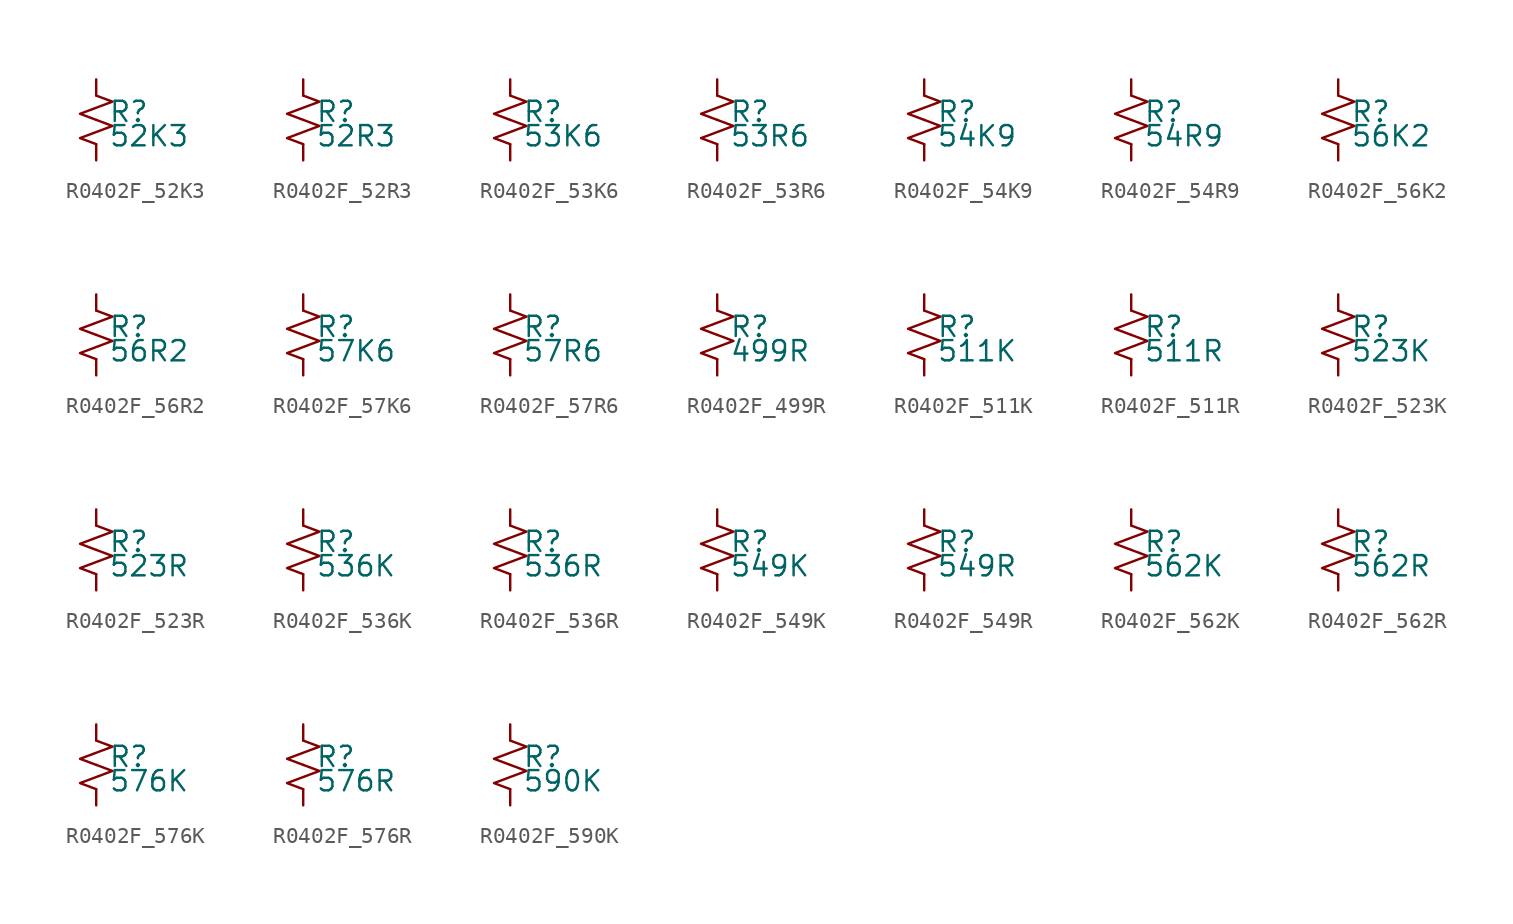
<source format=kicad_sym>
(kicad_symbol_lib
  (version 20220914)
  (generator kicad_symbol_editor)
  (symbol "R0402F_52K3"
    (pin_numbers hide)
    (pin_names
      (offset 0.254) hide)
    (property "Reference" "R"
      (at 0.762 0.508 0)
      (effects (font (size 1.27 1.27)) (justify left)))
    (property "Value" "52K3"
      (at 0.762 -1.016 0)
      (effects (font (size 1.27 1.27)) (justify left)))
    (symbol "R0402F_52K3_1_1"
      (polyline (pts (xy 0 0) (xy 1.016 -0.381) (xy 0 -0.762) (xy -1.016 -1.143) (xy 0 -1.524)) (stroke (width 0) (type default)) (fill (type none)))
      (polyline (pts (xy 0 1.524) (xy 1.016 1.143) (xy 0 0.762) (xy -1.016 0.381) (xy 0 0)) (stroke (width 0) (type default)) (fill (type none)))
      (pin passive line (at 0 2.54 270) (length 1.016) (name "~" (effects (font (size 1.27 1.27)))) (number "1" (effects (font (size 1.27 1.27)))))
      (pin passive line (at 0 -2.54 90) (length 1.016) (name "~" (effects (font (size 1.27 1.27)))) (number "2" (effects (font (size 1.27 1.27)))))))
  (symbol "R0402F_52R3"
    (pin_numbers hide)
    (pin_names
      (offset 0.254) hide)
    (property "Reference" "R"
      (at 0.762 0.508 0)
      (effects (font (size 1.27 1.27)) (justify left)))
    (property "Value" "52R3"
      (at 0.762 -1.016 0)
      (effects (font (size 1.27 1.27)) (justify left)))
    (symbol "R0402F_52R3_1_1"
      (polyline (pts (xy 0 0) (xy 1.016 -0.381) (xy 0 -0.762) (xy -1.016 -1.143) (xy 0 -1.524)) (stroke (width 0) (type default)) (fill (type none)))
      (polyline (pts (xy 0 1.524) (xy 1.016 1.143) (xy 0 0.762) (xy -1.016 0.381) (xy 0 0)) (stroke (width 0) (type default)) (fill (type none)))
      (pin passive line (at 0 2.54 270) (length 1.016) (name "~" (effects (font (size 1.27 1.27)))) (number "1" (effects (font (size 1.27 1.27)))))
      (pin passive line (at 0 -2.54 90) (length 1.016) (name "~" (effects (font (size 1.27 1.27)))) (number "2" (effects (font (size 1.27 1.27)))))))
  (symbol "R0402F_53K6"
    (pin_numbers hide)
    (pin_names
      (offset 0.254) hide)
    (property "Reference" "R"
      (at 0.762 0.508 0)
      (effects (font (size 1.27 1.27)) (justify left)))
    (property "Value" "53K6"
      (at 0.762 -1.016 0)
      (effects (font (size 1.27 1.27)) (justify left)))
    (symbol "R0402F_53K6_1_1"
      (polyline (pts (xy 0 0) (xy 1.016 -0.381) (xy 0 -0.762) (xy -1.016 -1.143) (xy 0 -1.524)) (stroke (width 0) (type default)) (fill (type none)))
      (polyline (pts (xy 0 1.524) (xy 1.016 1.143) (xy 0 0.762) (xy -1.016 0.381) (xy 0 0)) (stroke (width 0) (type default)) (fill (type none)))
      (pin passive line (at 0 2.54 270) (length 1.016) (name "~" (effects (font (size 1.27 1.27)))) (number "1" (effects (font (size 1.27 1.27)))))
      (pin passive line (at 0 -2.54 90) (length 1.016) (name "~" (effects (font (size 1.27 1.27)))) (number "2" (effects (font (size 1.27 1.27)))))))
  (symbol "R0402F_53R6"
    (pin_numbers hide)
    (pin_names
      (offset 0.254) hide)
    (property "Reference" "R"
      (at 0.762 0.508 0)
      (effects (font (size 1.27 1.27)) (justify left)))
    (property "Value" "53R6"
      (at 0.762 -1.016 0)
      (effects (font (size 1.27 1.27)) (justify left)))
    (symbol "R0402F_53R6_1_1"
      (polyline (pts (xy 0 0) (xy 1.016 -0.381) (xy 0 -0.762) (xy -1.016 -1.143) (xy 0 -1.524)) (stroke (width 0) (type default)) (fill (type none)))
      (polyline (pts (xy 0 1.524) (xy 1.016 1.143) (xy 0 0.762) (xy -1.016 0.381) (xy 0 0)) (stroke (width 0) (type default)) (fill (type none)))
      (pin passive line (at 0 2.54 270) (length 1.016) (name "~" (effects (font (size 1.27 1.27)))) (number "1" (effects (font (size 1.27 1.27)))))
      (pin passive line (at 0 -2.54 90) (length 1.016) (name "~" (effects (font (size 1.27 1.27)))) (number "2" (effects (font (size 1.27 1.27)))))))
  (symbol "R0402F_54K9"
    (pin_numbers hide)
    (pin_names
      (offset 0.254) hide)
    (property "Reference" "R"
      (at 0.762 0.508 0)
      (effects (font (size 1.27 1.27)) (justify left)))
    (property "Value" "54K9"
      (at 0.762 -1.016 0)
      (effects (font (size 1.27 1.27)) (justify left)))
    (symbol "R0402F_54K9_1_1"
      (polyline (pts (xy 0 0) (xy 1.016 -0.381) (xy 0 -0.762) (xy -1.016 -1.143) (xy 0 -1.524)) (stroke (width 0) (type default)) (fill (type none)))
      (polyline (pts (xy 0 1.524) (xy 1.016 1.143) (xy 0 0.762) (xy -1.016 0.381) (xy 0 0)) (stroke (width 0) (type default)) (fill (type none)))
      (pin passive line (at 0 2.54 270) (length 1.016) (name "~" (effects (font (size 1.27 1.27)))) (number "1" (effects (font (size 1.27 1.27)))))
      (pin passive line (at 0 -2.54 90) (length 1.016) (name "~" (effects (font (size 1.27 1.27)))) (number "2" (effects (font (size 1.27 1.27)))))))
  (symbol "R0402F_54R9"
    (pin_numbers hide)
    (pin_names
      (offset 0.254) hide)
    (property "Reference" "R"
      (at 0.762 0.508 0)
      (effects (font (size 1.27 1.27)) (justify left)))
    (property "Value" "54R9"
      (at 0.762 -1.016 0)
      (effects (font (size 1.27 1.27)) (justify left)))
    (symbol "R0402F_54R9_1_1"
      (polyline (pts (xy 0 0) (xy 1.016 -0.381) (xy 0 -0.762) (xy -1.016 -1.143) (xy 0 -1.524)) (stroke (width 0) (type default)) (fill (type none)))
      (polyline (pts (xy 0 1.524) (xy 1.016 1.143) (xy 0 0.762) (xy -1.016 0.381) (xy 0 0)) (stroke (width 0) (type default)) (fill (type none)))
      (pin passive line (at 0 2.54 270) (length 1.016) (name "~" (effects (font (size 1.27 1.27)))) (number "1" (effects (font (size 1.27 1.27)))))
      (pin passive line (at 0 -2.54 90) (length 1.016) (name "~" (effects (font (size 1.27 1.27)))) (number "2" (effects (font (size 1.27 1.27)))))))
  (symbol "R0402F_56K2"
    (pin_numbers hide)
    (pin_names
      (offset 0.254) hide)
    (property "Reference" "R"
      (at 0.762 0.508 0)
      (effects (font (size 1.27 1.27)) (justify left)))
    (property "Value" "56K2"
      (at 0.762 -1.016 0)
      (effects (font (size 1.27 1.27)) (justify left)))
    (symbol "R0402F_56K2_1_1"
      (polyline (pts (xy 0 0) (xy 1.016 -0.381) (xy 0 -0.762) (xy -1.016 -1.143) (xy 0 -1.524)) (stroke (width 0) (type default)) (fill (type none)))
      (polyline (pts (xy 0 1.524) (xy 1.016 1.143) (xy 0 0.762) (xy -1.016 0.381) (xy 0 0)) (stroke (width 0) (type default)) (fill (type none)))
      (pin passive line (at 0 2.54 270) (length 1.016) (name "~" (effects (font (size 1.27 1.27)))) (number "1" (effects (font (size 1.27 1.27)))))
      (pin passive line (at 0 -2.54 90) (length 1.016) (name "~" (effects (font (size 1.27 1.27)))) (number "2" (effects (font (size 1.27 1.27)))))))
  (symbol "R0402F_56R2"
    (pin_numbers hide)
    (pin_names
      (offset 0.254) hide)
    (property "Reference" "R"
      (at 0.762 0.508 0)
      (effects (font (size 1.27 1.27)) (justify left)))
    (property "Value" "56R2"
      (at 0.762 -1.016 0)
      (effects (font (size 1.27 1.27)) (justify left)))
    (symbol "R0402F_56R2_1_1"
      (polyline (pts (xy 0 0) (xy 1.016 -0.381) (xy 0 -0.762) (xy -1.016 -1.143) (xy 0 -1.524)) (stroke (width 0) (type default)) (fill (type none)))
      (polyline (pts (xy 0 1.524) (xy 1.016 1.143) (xy 0 0.762) (xy -1.016 0.381) (xy 0 0)) (stroke (width 0) (type default)) (fill (type none)))
      (pin passive line (at 0 2.54 270) (length 1.016) (name "~" (effects (font (size 1.27 1.27)))) (number "1" (effects (font (size 1.27 1.27)))))
      (pin passive line (at 0 -2.54 90) (length 1.016) (name "~" (effects (font (size 1.27 1.27)))) (number "2" (effects (font (size 1.27 1.27)))))))
  (symbol "R0402F_57K6"
    (pin_numbers hide)
    (pin_names
      (offset 0.254) hide)
    (property "Reference" "R"
      (at 0.762 0.508 0)
      (effects (font (size 1.27 1.27)) (justify left)))
    (property "Value" "57K6"
      (at 0.762 -1.016 0)
      (effects (font (size 1.27 1.27)) (justify left)))
    (symbol "R0402F_57K6_1_1"
      (polyline (pts (xy 0 0) (xy 1.016 -0.381) (xy 0 -0.762) (xy -1.016 -1.143) (xy 0 -1.524)) (stroke (width 0) (type default)) (fill (type none)))
      (polyline (pts (xy 0 1.524) (xy 1.016 1.143) (xy 0 0.762) (xy -1.016 0.381) (xy 0 0)) (stroke (width 0) (type default)) (fill (type none)))
      (pin passive line (at 0 2.54 270) (length 1.016) (name "~" (effects (font (size 1.27 1.27)))) (number "1" (effects (font (size 1.27 1.27)))))
      (pin passive line (at 0 -2.54 90) (length 1.016) (name "~" (effects (font (size 1.27 1.27)))) (number "2" (effects (font (size 1.27 1.27)))))))
  (symbol "R0402F_57R6"
    (pin_numbers hide)
    (pin_names
      (offset 0.254) hide)
    (property "Reference" "R"
      (at 0.762 0.508 0)
      (effects (font (size 1.27 1.27)) (justify left)))
    (property "Value" "57R6"
      (at 0.762 -1.016 0)
      (effects (font (size 1.27 1.27)) (justify left)))
    (symbol "R0402F_57R6_1_1"
      (polyline (pts (xy 0 0) (xy 1.016 -0.381) (xy 0 -0.762) (xy -1.016 -1.143) (xy 0 -1.524)) (stroke (width 0) (type default)) (fill (type none)))
      (polyline (pts (xy 0 1.524) (xy 1.016 1.143) (xy 0 0.762) (xy -1.016 0.381) (xy 0 0)) (stroke (width 0) (type default)) (fill (type none)))
      (pin passive line (at 0 2.54 270) (length 1.016) (name "~" (effects (font (size 1.27 1.27)))) (number "1" (effects (font (size 1.27 1.27)))))
      (pin passive line (at 0 -2.54 90) (length 1.016) (name "~" (effects (font (size 1.27 1.27)))) (number "2" (effects (font (size 1.27 1.27)))))))
  (symbol "R0402F_499R"
    (pin_numbers hide)
    (pin_names
      (offset 0.254) hide)
    (property "Reference" "R"
      (at 0.762 0.508 0)
      (effects (font (size 1.27 1.27)) (justify left)))
    (property "Value" "499R"
      (at 0.762 -1.016 0)
      (effects (font (size 1.27 1.27)) (justify left)))
    (symbol "R0402F_499R_1_1"
      (polyline (pts (xy 0 0) (xy 1.016 -0.381) (xy 0 -0.762) (xy -1.016 -1.143) (xy 0 -1.524)) (stroke (width 0) (type default)) (fill (type none)))
      (polyline (pts (xy 0 1.524) (xy 1.016 1.143) (xy 0 0.762) (xy -1.016 0.381) (xy 0 0)) (stroke (width 0) (type default)) (fill (type none)))
      (pin passive line (at 0 2.54 270) (length 1.016) (name "~" (effects (font (size 1.27 1.27)))) (number "1" (effects (font (size 1.27 1.27)))))
      (pin passive line (at 0 -2.54 90) (length 1.016) (name "~" (effects (font (size 1.27 1.27)))) (number "2" (effects (font (size 1.27 1.27)))))))
  (symbol "R0402F_511K"
    (pin_numbers hide)
    (pin_names
      (offset 0.254) hide)
    (property "Reference" "R"
      (at 0.762 0.508 0)
      (effects (font (size 1.27 1.27)) (justify left)))
    (property "Value" "511K"
      (at 0.762 -1.016 0)
      (effects (font (size 1.27 1.27)) (justify left)))
    (symbol "R0402F_511K_1_1"
      (polyline (pts (xy 0 0) (xy 1.016 -0.381) (xy 0 -0.762) (xy -1.016 -1.143) (xy 0 -1.524)) (stroke (width 0) (type default)) (fill (type none)))
      (polyline (pts (xy 0 1.524) (xy 1.016 1.143) (xy 0 0.762) (xy -1.016 0.381) (xy 0 0)) (stroke (width 0) (type default)) (fill (type none)))
      (pin passive line (at 0 2.54 270) (length 1.016) (name "~" (effects (font (size 1.27 1.27)))) (number "1" (effects (font (size 1.27 1.27)))))
      (pin passive line (at 0 -2.54 90) (length 1.016) (name "~" (effects (font (size 1.27 1.27)))) (number "2" (effects (font (size 1.27 1.27)))))))
  (symbol "R0402F_511R"
    (pin_numbers hide)
    (pin_names
      (offset 0.254) hide)
    (property "Reference" "R"
      (at 0.762 0.508 0)
      (effects (font (size 1.27 1.27)) (justify left)))
    (property "Value" "511R"
      (at 0.762 -1.016 0)
      (effects (font (size 1.27 1.27)) (justify left)))
    (symbol "R0402F_511R_1_1"
      (polyline (pts (xy 0 0) (xy 1.016 -0.381) (xy 0 -0.762) (xy -1.016 -1.143) (xy 0 -1.524)) (stroke (width 0) (type default)) (fill (type none)))
      (polyline (pts (xy 0 1.524) (xy 1.016 1.143) (xy 0 0.762) (xy -1.016 0.381) (xy 0 0)) (stroke (width 0) (type default)) (fill (type none)))
      (pin passive line (at 0 2.54 270) (length 1.016) (name "~" (effects (font (size 1.27 1.27)))) (number "1" (effects (font (size 1.27 1.27)))))
      (pin passive line (at 0 -2.54 90) (length 1.016) (name "~" (effects (font (size 1.27 1.27)))) (number "2" (effects (font (size 1.27 1.27)))))))
  (symbol "R0402F_523K"
    (pin_numbers hide)
    (pin_names
      (offset 0.254) hide)
    (property "Reference" "R"
      (at 0.762 0.508 0)
      (effects (font (size 1.27 1.27)) (justify left)))
    (property "Value" "523K"
      (at 0.762 -1.016 0)
      (effects (font (size 1.27 1.27)) (justify left)))
    (symbol "R0402F_523K_1_1"
      (polyline (pts (xy 0 0) (xy 1.016 -0.381) (xy 0 -0.762) (xy -1.016 -1.143) (xy 0 -1.524)) (stroke (width 0) (type default)) (fill (type none)))
      (polyline (pts (xy 0 1.524) (xy 1.016 1.143) (xy 0 0.762) (xy -1.016 0.381) (xy 0 0)) (stroke (width 0) (type default)) (fill (type none)))
      (pin passive line (at 0 2.54 270) (length 1.016) (name "~" (effects (font (size 1.27 1.27)))) (number "1" (effects (font (size 1.27 1.27)))))
      (pin passive line (at 0 -2.54 90) (length 1.016) (name "~" (effects (font (size 1.27 1.27)))) (number "2" (effects (font (size 1.27 1.27)))))))
  (symbol "R0402F_523R"
    (pin_numbers hide)
    (pin_names
      (offset 0.254) hide)
    (property "Reference" "R"
      (at 0.762 0.508 0)
      (effects (font (size 1.27 1.27)) (justify left)))
    (property "Value" "523R"
      (at 0.762 -1.016 0)
      (effects (font (size 1.27 1.27)) (justify left)))
    (symbol "R0402F_523R_1_1"
      (polyline (pts (xy 0 0) (xy 1.016 -0.381) (xy 0 -0.762) (xy -1.016 -1.143) (xy 0 -1.524)) (stroke (width 0) (type default)) (fill (type none)))
      (polyline (pts (xy 0 1.524) (xy 1.016 1.143) (xy 0 0.762) (xy -1.016 0.381) (xy 0 0)) (stroke (width 0) (type default)) (fill (type none)))
      (pin passive line (at 0 2.54 270) (length 1.016) (name "~" (effects (font (size 1.27 1.27)))) (number "1" (effects (font (size 1.27 1.27)))))
      (pin passive line (at 0 -2.54 90) (length 1.016) (name "~" (effects (font (size 1.27 1.27)))) (number "2" (effects (font (size 1.27 1.27)))))))
  (symbol "R0402F_536K"
    (pin_numbers hide)
    (pin_names
      (offset 0.254) hide)
    (property "Reference" "R"
      (at 0.762 0.508 0)
      (effects (font (size 1.27 1.27)) (justify left)))
    (property "Value" "536K"
      (at 0.762 -1.016 0)
      (effects (font (size 1.27 1.27)) (justify left)))
    (symbol "R0402F_536K_1_1"
      (polyline (pts (xy 0 0) (xy 1.016 -0.381) (xy 0 -0.762) (xy -1.016 -1.143) (xy 0 -1.524)) (stroke (width 0) (type default)) (fill (type none)))
      (polyline (pts (xy 0 1.524) (xy 1.016 1.143) (xy 0 0.762) (xy -1.016 0.381) (xy 0 0)) (stroke (width 0) (type default)) (fill (type none)))
      (pin passive line (at 0 2.54 270) (length 1.016) (name "~" (effects (font (size 1.27 1.27)))) (number "1" (effects (font (size 1.27 1.27)))))
      (pin passive line (at 0 -2.54 90) (length 1.016) (name "~" (effects (font (size 1.27 1.27)))) (number "2" (effects (font (size 1.27 1.27)))))))
  (symbol "R0402F_536R"
    (pin_numbers hide)
    (pin_names
      (offset 0.254) hide)
    (property "Reference" "R"
      (at 0.762 0.508 0)
      (effects (font (size 1.27 1.27)) (justify left)))
    (property "Value" "536R"
      (at 0.762 -1.016 0)
      (effects (font (size 1.27 1.27)) (justify left)))
    (symbol "R0402F_536R_1_1"
      (polyline (pts (xy 0 0) (xy 1.016 -0.381) (xy 0 -0.762) (xy -1.016 -1.143) (xy 0 -1.524)) (stroke (width 0) (type default)) (fill (type none)))
      (polyline (pts (xy 0 1.524) (xy 1.016 1.143) (xy 0 0.762) (xy -1.016 0.381) (xy 0 0)) (stroke (width 0) (type default)) (fill (type none)))
      (pin passive line (at 0 2.54 270) (length 1.016) (name "~" (effects (font (size 1.27 1.27)))) (number "1" (effects (font (size 1.27 1.27)))))
      (pin passive line (at 0 -2.54 90) (length 1.016) (name "~" (effects (font (size 1.27 1.27)))) (number "2" (effects (font (size 1.27 1.27)))))))
  (symbol "R0402F_549K"
    (pin_numbers hide)
    (pin_names
      (offset 0.254) hide)
    (property "Reference" "R"
      (at 0.762 0.508 0)
      (effects (font (size 1.27 1.27)) (justify left)))
    (property "Value" "549K"
      (at 0.762 -1.016 0)
      (effects (font (size 1.27 1.27)) (justify left)))
    (symbol "R0402F_549K_1_1"
      (polyline (pts (xy 0 0) (xy 1.016 -0.381) (xy 0 -0.762) (xy -1.016 -1.143) (xy 0 -1.524)) (stroke (width 0) (type default)) (fill (type none)))
      (polyline (pts (xy 0 1.524) (xy 1.016 1.143) (xy 0 0.762) (xy -1.016 0.381) (xy 0 0)) (stroke (width 0) (type default)) (fill (type none)))
      (pin passive line (at 0 2.54 270) (length 1.016) (name "~" (effects (font (size 1.27 1.27)))) (number "1" (effects (font (size 1.27 1.27)))))
      (pin passive line (at 0 -2.54 90) (length 1.016) (name "~" (effects (font (size 1.27 1.27)))) (number "2" (effects (font (size 1.27 1.27)))))))
  (symbol "R0402F_549R"
    (pin_numbers hide)
    (pin_names
      (offset 0.254) hide)
    (property "Reference" "R"
      (at 0.762 0.508 0)
      (effects (font (size 1.27 1.27)) (justify left)))
    (property "Value" "549R"
      (at 0.762 -1.016 0)
      (effects (font (size 1.27 1.27)) (justify left)))
    (symbol "R0402F_549R_1_1"
      (polyline (pts (xy 0 0) (xy 1.016 -0.381) (xy 0 -0.762) (xy -1.016 -1.143) (xy 0 -1.524)) (stroke (width 0) (type default)) (fill (type none)))
      (polyline (pts (xy 0 1.524) (xy 1.016 1.143) (xy 0 0.762) (xy -1.016 0.381) (xy 0 0)) (stroke (width 0) (type default)) (fill (type none)))
      (pin passive line (at 0 2.54 270) (length 1.016) (name "~" (effects (font (size 1.27 1.27)))) (number "1" (effects (font (size 1.27 1.27)))))
      (pin passive line (at 0 -2.54 90) (length 1.016) (name "~" (effects (font (size 1.27 1.27)))) (number "2" (effects (font (size 1.27 1.27)))))))
  (symbol "R0402F_562K"
    (pin_numbers hide)
    (pin_names
      (offset 0.254) hide)
    (property "Reference" "R"
      (at 0.762 0.508 0)
      (effects (font (size 1.27 1.27)) (justify left)))
    (property "Value" "562K"
      (at 0.762 -1.016 0)
      (effects (font (size 1.27 1.27)) (justify left)))
    (symbol "R0402F_562K_1_1"
      (polyline (pts (xy 0 0) (xy 1.016 -0.381) (xy 0 -0.762) (xy -1.016 -1.143) (xy 0 -1.524)) (stroke (width 0) (type default)) (fill (type none)))
      (polyline (pts (xy 0 1.524) (xy 1.016 1.143) (xy 0 0.762) (xy -1.016 0.381) (xy 0 0)) (stroke (width 0) (type default)) (fill (type none)))
      (pin passive line (at 0 2.54 270) (length 1.016) (name "~" (effects (font (size 1.27 1.27)))) (number "1" (effects (font (size 1.27 1.27)))))
      (pin passive line (at 0 -2.54 90) (length 1.016) (name "~" (effects (font (size 1.27 1.27)))) (number "2" (effects (font (size 1.27 1.27)))))))
  (symbol "R0402F_562R"
    (pin_numbers hide)
    (pin_names
      (offset 0.254) hide)
    (property "Reference" "R"
      (at 0.762 0.508 0)
      (effects (font (size 1.27 1.27)) (justify left)))
    (property "Value" "562R"
      (at 0.762 -1.016 0)
      (effects (font (size 1.27 1.27)) (justify left)))
    (symbol "R0402F_562R_1_1"
      (polyline (pts (xy 0 0) (xy 1.016 -0.381) (xy 0 -0.762) (xy -1.016 -1.143) (xy 0 -1.524)) (stroke (width 0) (type default)) (fill (type none)))
      (polyline (pts (xy 0 1.524) (xy 1.016 1.143) (xy 0 0.762) (xy -1.016 0.381) (xy 0 0)) (stroke (width 0) (type default)) (fill (type none)))
      (pin passive line (at 0 2.54 270) (length 1.016) (name "~" (effects (font (size 1.27 1.27)))) (number "1" (effects (font (size 1.27 1.27)))))
      (pin passive line (at 0 -2.54 90) (length 1.016) (name "~" (effects (font (size 1.27 1.27)))) (number "2" (effects (font (size 1.27 1.27)))))))
  (symbol "R0402F_576K"
    (pin_numbers hide)
    (pin_names
      (offset 0.254) hide)
    (property "Reference" "R"
      (at 0.762 0.508 0)
      (effects (font (size 1.27 1.27)) (justify left)))
    (property "Value" "576K"
      (at 0.762 -1.016 0)
      (effects (font (size 1.27 1.27)) (justify left)))
    (symbol "R0402F_576K_1_1"
      (polyline (pts (xy 0 0) (xy 1.016 -0.381) (xy 0 -0.762) (xy -1.016 -1.143) (xy 0 -1.524)) (stroke (width 0) (type default)) (fill (type none)))
      (polyline (pts (xy 0 1.524) (xy 1.016 1.143) (xy 0 0.762) (xy -1.016 0.381) (xy 0 0)) (stroke (width 0) (type default)) (fill (type none)))
      (pin passive line (at 0 2.54 270) (length 1.016) (name "~" (effects (font (size 1.27 1.27)))) (number "1" (effects (font (size 1.27 1.27)))))
      (pin passive line (at 0 -2.54 90) (length 1.016) (name "~" (effects (font (size 1.27 1.27)))) (number "2" (effects (font (size 1.27 1.27)))))))
  (symbol "R0402F_576R"
    (pin_numbers hide)
    (pin_names
      (offset 0.254) hide)
    (property "Reference" "R"
      (at 0.762 0.508 0)
      (effects (font (size 1.27 1.27)) (justify left)))
    (property "Value" "576R"
      (at 0.762 -1.016 0)
      (effects (font (size 1.27 1.27)) (justify left)))
    (symbol "R0402F_576R_1_1"
      (polyline (pts (xy 0 0) (xy 1.016 -0.381) (xy 0 -0.762) (xy -1.016 -1.143) (xy 0 -1.524)) (stroke (width 0) (type default)) (fill (type none)))
      (polyline (pts (xy 0 1.524) (xy 1.016 1.143) (xy 0 0.762) (xy -1.016 0.381) (xy 0 0)) (stroke (width 0) (type default)) (fill (type none)))
      (pin passive line (at 0 2.54 270) (length 1.016) (name "~" (effects (font (size 1.27 1.27)))) (number "1" (effects (font (size 1.27 1.27)))))
      (pin passive line (at 0 -2.54 90) (length 1.016) (name "~" (effects (font (size 1.27 1.27)))) (number "2" (effects (font (size 1.27 1.27)))))))
  (symbol "R0402F_590K"
    (pin_numbers hide)
    (pin_names
      (offset 0.254) hide)
    (property "Reference" "R"
      (at 0.762 0.508 0)
      (effects (font (size 1.27 1.27)) (justify left)))
    (property "Value" "590K"
      (at 0.762 -1.016 0)
      (effects (font (size 1.27 1.27)) (justify left)))
    (symbol "R0402F_590K_1_1"
      (polyline (pts (xy 0 0) (xy 1.016 -0.381) (xy 0 -0.762) (xy -1.016 -1.143) (xy 0 -1.524)) (stroke (width 0) (type default)) (fill (type none)))
      (polyline (pts (xy 0 1.524) (xy 1.016 1.143) (xy 0 0.762) (xy -1.016 0.381) (xy 0 0)) (stroke (width 0) (type default)) (fill (type none)))
      (pin passive line (at 0 2.54 270) (length 1.016) (name "~" (effects (font (size 1.27 1.27)))) (number "1" (effects (font (size 1.27 1.27)))))
      (pin passive line (at 0 -2.54 90) (length 1.016) (name "~" (effects (font (size 1.27 1.27)))) (number "2" (effects (font (size 1.27 1.27))))))))
</source>
